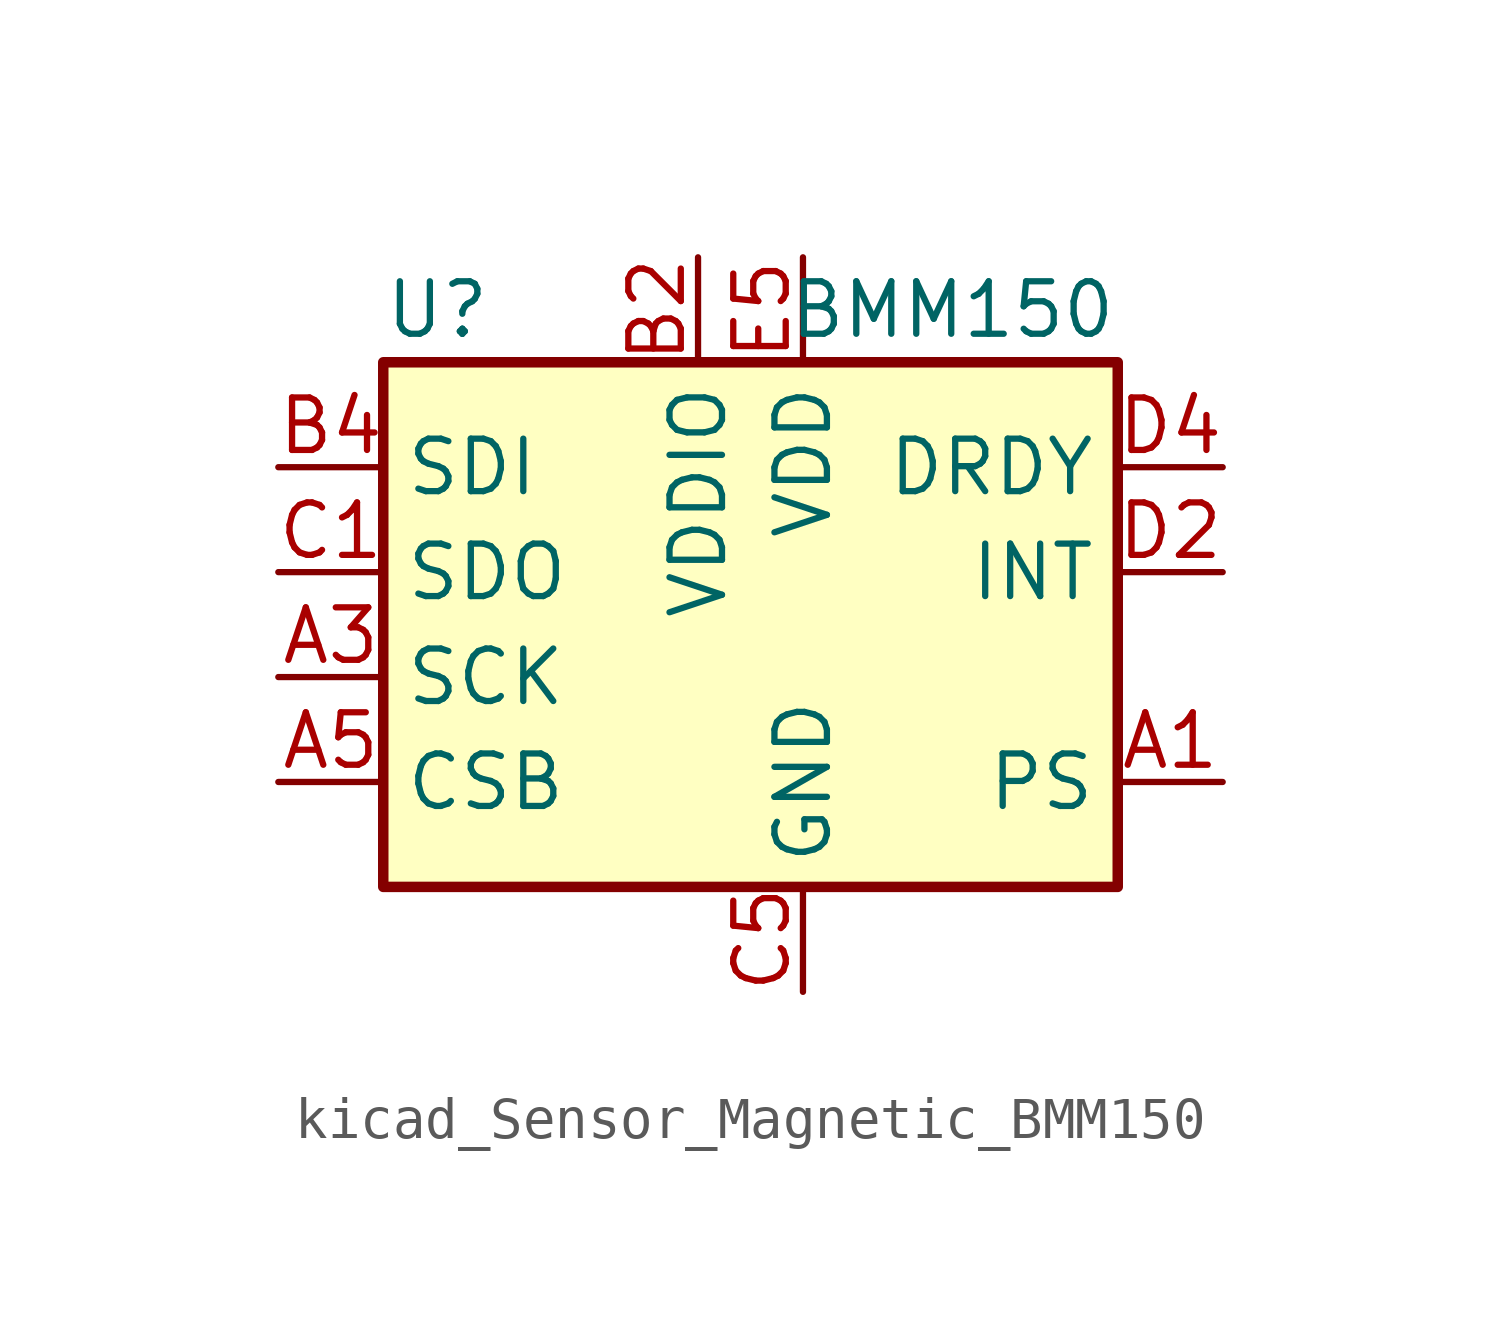
<source format=kicad_sym>
(kicad_symbol_lib
  (version 20220914)
  (generator kicad_symbol_editor)
  (symbol "kicad_Sensor_Magnetic_BMM150"
    (property "Reference" "U"
      (at -10.16 6.35 0)
      (effects (font (size 1.27 1.27)) (justify left)))
    (property "Value" "BMM150"
      (at 7.62 6.35 0)
      (effects (font (size 1.27 1.27)) (justify right)))
    (symbol "kicad_Sensor_Magnetic_BMM150_0_1"
      (rectangle (start -10.16 5.08) (end 7.62 -7.62) (stroke (width 0.254) (type default)) (fill (type background))))
    (symbol "kicad_Sensor_Magnetic_BMM150_1_1"
      (pin input line (at 10.16 -5.08 180) (length 2.54) (name "PS" (effects (font (size 1.27 1.27)))) (number "A1" (effects (font (size 1.27 1.27)))))
      (pin bidirectional line (at -12.7 -2.54 0) (length 2.54) (name "SCK" (effects (font (size 1.27 1.27)))) (number "A3" (effects (font (size 1.27 1.27)))))
      (pin input line (at -12.7 -5.08 0) (length 2.54) (name "CSB" (effects (font (size 1.27 1.27)))) (number "A5" (effects (font (size 1.27 1.27)))))
      (pin power_in line (at -2.54 7.62 270) (length 2.54) (name "VDDIO" (effects (font (size 1.27 1.27)))) (number "B2" (effects (font (size 1.27 1.27)))))
      (pin bidirectional line (at -12.7 2.54 0) (length 2.54) (name "SDI" (effects (font (size 1.27 1.27)))) (number "B4" (effects (font (size 1.27 1.27)))))
      (pin bidirectional line (at -12.7 0 0) (length 2.54) (name "SDO" (effects (font (size 1.27 1.27)))) (number "C1" (effects (font (size 1.27 1.27)))))
      (pin power_in line (at 0 -10.16 90) (length 2.54) (name "GND" (effects (font (size 1.27 1.27)))) (number "C5" (effects (font (size 1.27 1.27)))))
      (pin output line (at 10.16 0 180) (length 2.54) (name "INT" (effects (font (size 1.27 1.27)))) (number "D2" (effects (font (size 1.27 1.27)))))
      (pin output line (at 10.16 2.54 180) (length 2.54) (name "DRDY" (effects (font (size 1.27 1.27)))) (number "D4" (effects (font (size 1.27 1.27)))))
      (pin passive line (at 0 -10.16 90) (length 2.54) hide (name "GND" (effects (font (size 1.27 1.27)))) (number "E1" (effects (font (size 1.27 1.27)))))
      (pin passive line (at 0 -10.16 90) (length 2.54) hide (name "GND" (effects (font (size 1.27 1.27)))) (number "E3" (effects (font (size 1.27 1.27)))))
      (pin power_in line (at 0 7.62 270) (length 2.54) (name "VDD" (effects (font (size 1.27 1.27)))) (number "E5" (effects (font (size 1.27 1.27))))))))
</source>
